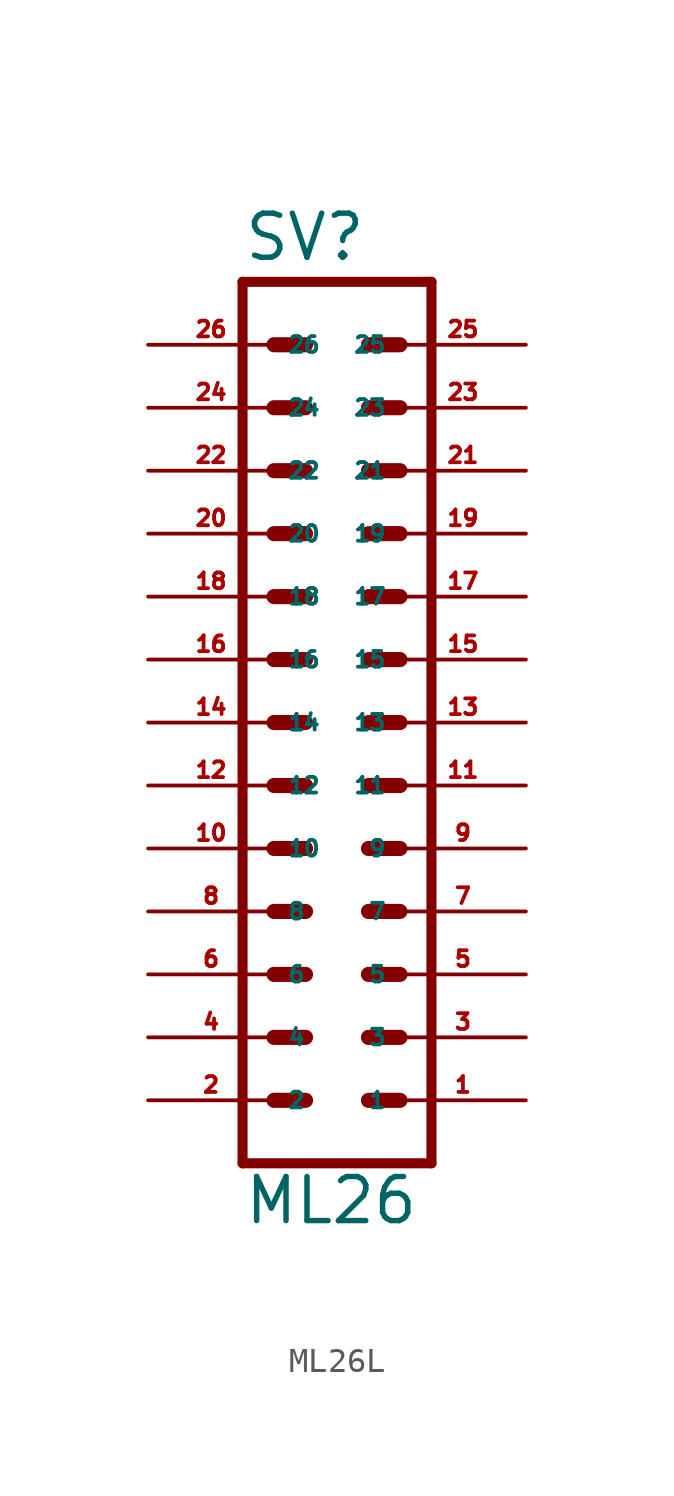
<source format=kicad_sym>
(kicad_symbol_lib
  (version 20220914)
  (generator Eagle2Kicad)
  (symbol "ML26L"
    (property "Reference" "SV"
      (at -3.81 18.542 0)
      (effects (font (size 1.778 1.778) (thickness 0.22)) (justify left bottom)))
    (property "Value" "ML26"
      (at -3.81 -20.32 0)
      (effects (font (size 1.778 1.778) (thickness 0.22)) (justify left bottom)))
    (polyline
      (pts (xy 3.81 -17.78) (xy -3.81 -17.78))
      (stroke (width 0.406) (type default))
      (fill (type none)))
    (polyline
      (pts (xy -3.81 17.78) (xy -3.81 -17.78))
      (stroke (width 0.406) (type default))
      (fill (type none)))
    (polyline
      (pts (xy -3.81 17.78) (xy 3.81 17.78))
      (stroke (width 0.406) (type default))
      (fill (type none)))
    (polyline
      (pts (xy 3.81 -17.78) (xy 3.81 17.78))
      (stroke (width 0.406) (type default))
      (fill (type none)))
    (polyline
      (pts (xy 1.27 -5.08) (xy 2.54 -5.08))
      (stroke (width 0.61) (type default))
      (fill (type none)))
    (polyline
      (pts (xy 1.27 -7.62) (xy 2.54 -7.62))
      (stroke (width 0.61) (type default))
      (fill (type none)))
    (polyline
      (pts (xy 1.27 -10.16) (xy 2.54 -10.16))
      (stroke (width 0.61) (type default))
      (fill (type none)))
    (polyline
      (pts (xy 1.27 -12.7) (xy 2.54 -12.7))
      (stroke (width 0.61) (type default))
      (fill (type none)))
    (polyline
      (pts (xy 1.27 -15.24) (xy 2.54 -15.24))
      (stroke (width 0.61) (type default))
      (fill (type none)))
    (polyline
      (pts (xy -2.54 -5.08) (xy -1.27 -5.08))
      (stroke (width 0.61) (type default))
      (fill (type none)))
    (polyline
      (pts (xy -2.54 -7.62) (xy -1.27 -7.62))
      (stroke (width 0.61) (type default))
      (fill (type none)))
    (polyline
      (pts (xy -2.54 -10.16) (xy -1.27 -10.16))
      (stroke (width 0.61) (type default))
      (fill (type none)))
    (polyline
      (pts (xy -2.54 -12.7) (xy -1.27 -12.7))
      (stroke (width 0.61) (type default))
      (fill (type none)))
    (polyline
      (pts (xy -2.54 -15.24) (xy -1.27 -15.24))
      (stroke (width 0.61) (type default))
      (fill (type none)))
    (polyline
      (pts (xy 1.27 -2.54) (xy 2.54 -2.54))
      (stroke (width 0.61) (type default))
      (fill (type none)))
    (polyline
      (pts (xy 1.27 0) (xy 2.54 0))
      (stroke (width 0.61) (type default))
      (fill (type none)))
    (polyline
      (pts (xy 1.27 2.54) (xy 2.54 2.54))
      (stroke (width 0.61) (type default))
      (fill (type none)))
    (polyline
      (pts (xy 1.27 5.08) (xy 2.54 5.08))
      (stroke (width 0.61) (type default))
      (fill (type none)))
    (polyline
      (pts (xy 1.27 7.62) (xy 2.54 7.62))
      (stroke (width 0.61) (type default))
      (fill (type none)))
    (polyline
      (pts (xy -2.54 -2.54) (xy -1.27 -2.54))
      (stroke (width 0.61) (type default))
      (fill (type none)))
    (polyline
      (pts (xy -2.54 0) (xy -1.27 0))
      (stroke (width 0.61) (type default))
      (fill (type none)))
    (polyline
      (pts (xy -2.54 2.54) (xy -1.27 2.54))
      (stroke (width 0.61) (type default))
      (fill (type none)))
    (polyline
      (pts (xy -2.54 5.08) (xy -1.27 5.08))
      (stroke (width 0.61) (type default))
      (fill (type none)))
    (polyline
      (pts (xy -2.54 7.62) (xy -1.27 7.62))
      (stroke (width 0.61) (type default))
      (fill (type none)))
    (polyline
      (pts (xy 1.27 10.16) (xy 2.54 10.16))
      (stroke (width 0.61) (type default))
      (fill (type none)))
    (polyline
      (pts (xy 1.27 12.7) (xy 2.54 12.7))
      (stroke (width 0.61) (type default))
      (fill (type none)))
    (polyline
      (pts (xy 1.27 15.24) (xy 2.54 15.24))
      (stroke (width 0.61) (type default))
      (fill (type none)))
    (polyline
      (pts (xy -2.54 10.16) (xy -1.27 10.16))
      (stroke (width 0.61) (type default))
      (fill (type none)))
    (polyline
      (pts (xy -2.54 12.7) (xy -1.27 12.7))
      (stroke (width 0.61) (type default))
      (fill (type none)))
    (polyline
      (pts (xy -2.54 15.24) (xy -1.27 15.24))
      (stroke (width 0.61) (type default))
      (fill (type none)))
    (pin passive line
      (at 7.62 -15.24 180)
      (length 5.08)
      (name "1" (effects (font (size 0.635 0.635) (thickness 0.08)) (justify left bottom)))
      (number "1" (effects (font (size 0.635 0.635) (thickness 0.08)) (justify left bottom))))
    (pin passive line
      (at 7.62 -12.7 180)
      (length 5.08)
      (name "3" (effects (font (size 0.635 0.635) (thickness 0.08)) (justify left bottom)))
      (number "3" (effects (font (size 0.635 0.635) (thickness 0.08)) (justify left bottom))))
    (pin passive line
      (at 7.62 -10.16 180)
      (length 5.08)
      (name "5" (effects (font (size 0.635 0.635) (thickness 0.08)) (justify left bottom)))
      (number "5" (effects (font (size 0.635 0.635) (thickness 0.08)) (justify left bottom))))
    (pin passive line
      (at 7.62 -7.62 180)
      (length 5.08)
      (name "7" (effects (font (size 0.635 0.635) (thickness 0.08)) (justify left bottom)))
      (number "7" (effects (font (size 0.635 0.635) (thickness 0.08)) (justify left bottom))))
    (pin passive line
      (at 7.62 -5.08 180)
      (length 5.08)
      (name "9" (effects (font (size 0.635 0.635) (thickness 0.08)) (justify left bottom)))
      (number "9" (effects (font (size 0.635 0.635) (thickness 0.08)) (justify left bottom))))
    (pin passive line
      (at 7.62 -2.54 180)
      (length 5.08)
      (name "11" (effects (font (size 0.635 0.635) (thickness 0.08)) (justify left bottom)))
      (number "11" (effects (font (size 0.635 0.635) (thickness 0.08)) (justify left bottom))))
    (pin passive line
      (at 7.62 0 180)
      (length 5.08)
      (name "13" (effects (font (size 0.635 0.635) (thickness 0.08)) (justify left bottom)))
      (number "13" (effects (font (size 0.635 0.635) (thickness 0.08)) (justify left bottom))))
    (pin passive line
      (at 7.62 2.54 180)
      (length 5.08)
      (name "15" (effects (font (size 0.635 0.635) (thickness 0.08)) (justify left bottom)))
      (number "15" (effects (font (size 0.635 0.635) (thickness 0.08)) (justify left bottom))))
    (pin passive line
      (at 7.62 5.08 180)
      (length 5.08)
      (name "17" (effects (font (size 0.635 0.635) (thickness 0.08)) (justify left bottom)))
      (number "17" (effects (font (size 0.635 0.635) (thickness 0.08)) (justify left bottom))))
    (pin passive line
      (at 7.62 7.62 180)
      (length 5.08)
      (name "19" (effects (font (size 0.635 0.635) (thickness 0.08)) (justify left bottom)))
      (number "19" (effects (font (size 0.635 0.635) (thickness 0.08)) (justify left bottom))))
    (pin passive line
      (at 7.62 10.16 180)
      (length 5.08)
      (name "21" (effects (font (size 0.635 0.635) (thickness 0.08)) (justify left bottom)))
      (number "21" (effects (font (size 0.635 0.635) (thickness 0.08)) (justify left bottom))))
    (pin passive line
      (at 7.62 12.7 180)
      (length 5.08)
      (name "23" (effects (font (size 0.635 0.635) (thickness 0.08)) (justify left bottom)))
      (number "23" (effects (font (size 0.635 0.635) (thickness 0.08)) (justify left bottom))))
    (pin passive line
      (at 7.62 15.24 180)
      (length 5.08)
      (name "25" (effects (font (size 0.635 0.635) (thickness 0.08)) (justify left bottom)))
      (number "25" (effects (font (size 0.635 0.635) (thickness 0.08)) (justify left bottom))))
    (pin passive line
      (at -7.62 -15.24 0)
      (length 5.08)
      (name "2" (effects (font (size 0.635 0.635) (thickness 0.08)) (justify left bottom)))
      (number "2" (effects (font (size 0.635 0.635) (thickness 0.08)) (justify left bottom))))
    (pin passive line
      (at -7.62 -12.7 0)
      (length 5.08)
      (name "4" (effects (font (size 0.635 0.635) (thickness 0.08)) (justify left bottom)))
      (number "4" (effects (font (size 0.635 0.635) (thickness 0.08)) (justify left bottom))))
    (pin passive line
      (at -7.62 -10.16 0)
      (length 5.08)
      (name "6" (effects (font (size 0.635 0.635) (thickness 0.08)) (justify left bottom)))
      (number "6" (effects (font (size 0.635 0.635) (thickness 0.08)) (justify left bottom))))
    (pin passive line
      (at -7.62 -7.62 0)
      (length 5.08)
      (name "8" (effects (font (size 0.635 0.635) (thickness 0.08)) (justify left bottom)))
      (number "8" (effects (font (size 0.635 0.635) (thickness 0.08)) (justify left bottom))))
    (pin passive line
      (at -7.62 -5.08 0)
      (length 5.08)
      (name "10" (effects (font (size 0.635 0.635) (thickness 0.08)) (justify left bottom)))
      (number "10" (effects (font (size 0.635 0.635) (thickness 0.08)) (justify left bottom))))
    (pin passive line
      (at -7.62 -2.54 0)
      (length 5.08)
      (name "12" (effects (font (size 0.635 0.635) (thickness 0.08)) (justify left bottom)))
      (number "12" (effects (font (size 0.635 0.635) (thickness 0.08)) (justify left bottom))))
    (pin passive line
      (at -7.62 0 0)
      (length 5.08)
      (name "14" (effects (font (size 0.635 0.635) (thickness 0.08)) (justify left bottom)))
      (number "14" (effects (font (size 0.635 0.635) (thickness 0.08)) (justify left bottom))))
    (pin passive line
      (at -7.62 2.54 0)
      (length 5.08)
      (name "16" (effects (font (size 0.635 0.635) (thickness 0.08)) (justify left bottom)))
      (number "16" (effects (font (size 0.635 0.635) (thickness 0.08)) (justify left bottom))))
    (pin passive line
      (at -7.62 5.08 0)
      (length 5.08)
      (name "18" (effects (font (size 0.635 0.635) (thickness 0.08)) (justify left bottom)))
      (number "18" (effects (font (size 0.635 0.635) (thickness 0.08)) (justify left bottom))))
    (pin passive line
      (at -7.62 7.62 0)
      (length 5.08)
      (name "20" (effects (font (size 0.635 0.635) (thickness 0.08)) (justify left bottom)))
      (number "20" (effects (font (size 0.635 0.635) (thickness 0.08)) (justify left bottom))))
    (pin passive line
      (at -7.62 10.16 0)
      (length 5.08)
      (name "22" (effects (font (size 0.635 0.635) (thickness 0.08)) (justify left bottom)))
      (number "22" (effects (font (size 0.635 0.635) (thickness 0.08)) (justify left bottom))))
    (pin passive line
      (at -7.62 12.7 0)
      (length 5.08)
      (name "24" (effects (font (size 0.635 0.635) (thickness 0.08)) (justify left bottom)))
      (number "24" (effects (font (size 0.635 0.635) (thickness 0.08)) (justify left bottom))))
    (pin passive line
      (at -7.62 15.24 0)
      (length 5.08)
      (name "26" (effects (font (size 0.635 0.635) (thickness 0.08)) (justify left bottom)))
      (number "26" (effects (font (size 0.635 0.635) (thickness 0.08)) (justify left bottom))))))
</source>
